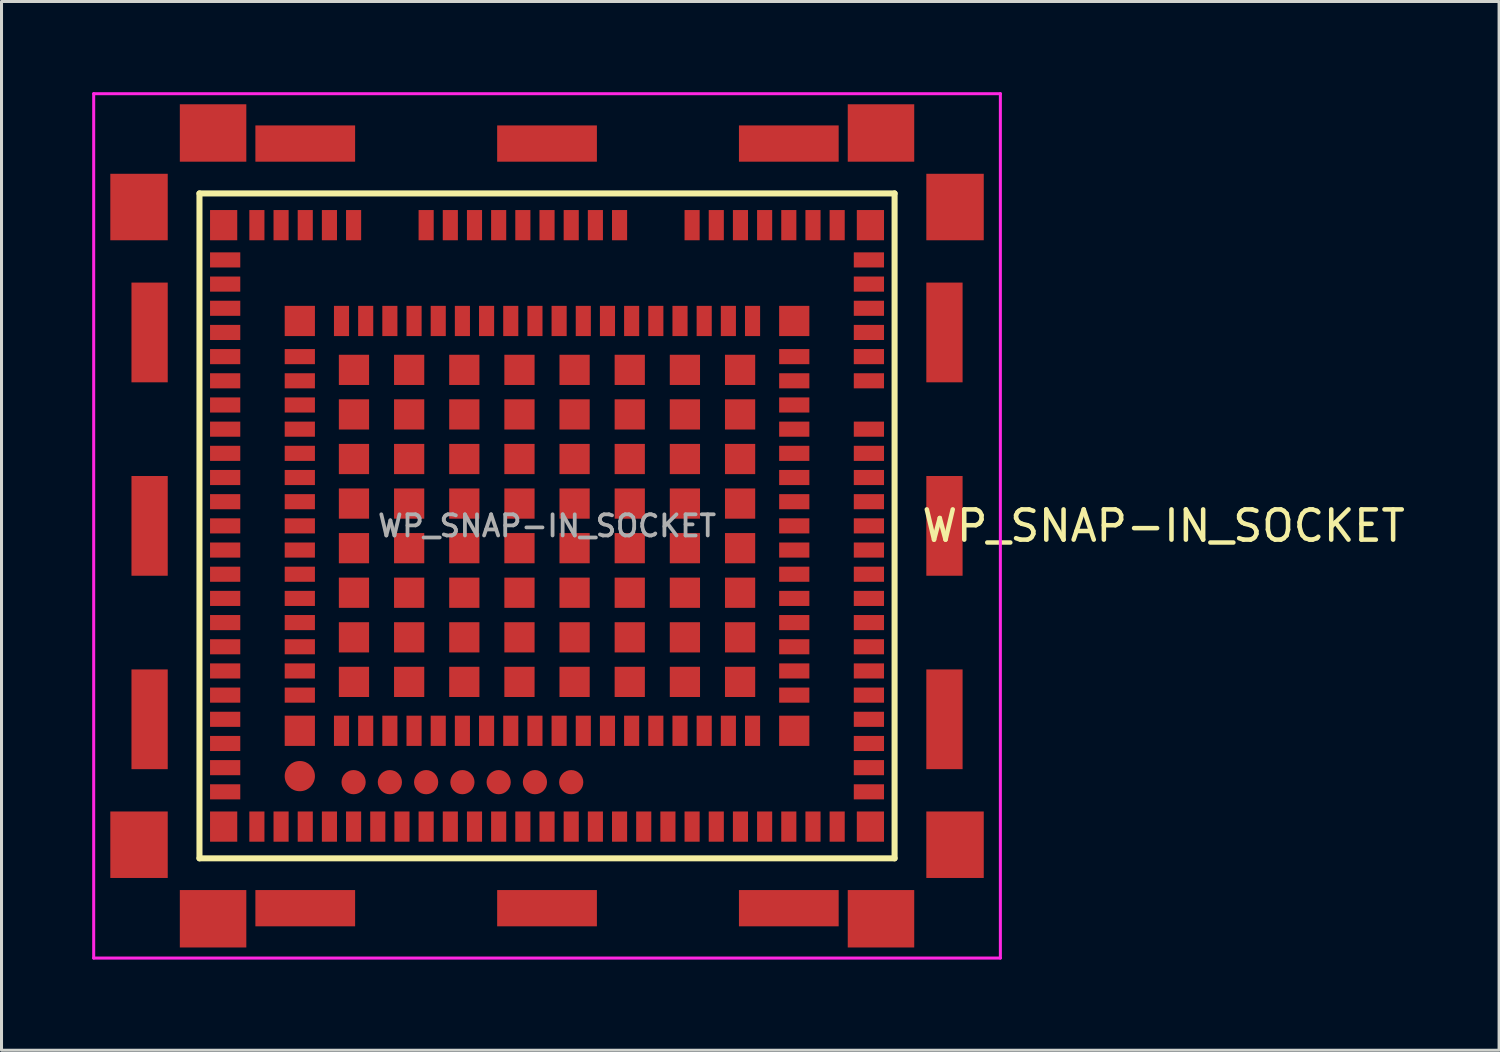
<source format=kicad_pcb>
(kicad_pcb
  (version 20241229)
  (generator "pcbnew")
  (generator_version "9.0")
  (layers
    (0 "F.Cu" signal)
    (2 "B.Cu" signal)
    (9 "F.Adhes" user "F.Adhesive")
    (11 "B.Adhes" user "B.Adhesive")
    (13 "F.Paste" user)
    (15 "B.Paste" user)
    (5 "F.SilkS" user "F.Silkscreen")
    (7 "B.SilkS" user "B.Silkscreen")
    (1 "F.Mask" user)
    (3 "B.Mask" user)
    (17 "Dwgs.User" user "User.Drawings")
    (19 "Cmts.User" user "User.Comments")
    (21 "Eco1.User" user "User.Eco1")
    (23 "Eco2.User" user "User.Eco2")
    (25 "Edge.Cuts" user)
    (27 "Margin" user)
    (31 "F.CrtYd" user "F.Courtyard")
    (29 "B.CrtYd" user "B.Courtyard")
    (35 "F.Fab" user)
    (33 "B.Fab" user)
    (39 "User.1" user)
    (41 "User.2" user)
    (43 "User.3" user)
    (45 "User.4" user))
  (footprint "WP_SNAP-IN_SOCKET"
    (layer "F.Cu")
    (at 15.05 14.35)
    (property "Reference" "WP_SNAP-IN_SOCKET" (at 20.4 0 0) (layer "F.SilkS") (effects (font (size 1 1) (thickness 0.15))))
    (attr through_hole)
    (fp_line (start -11.5 -11) (end -11.5 11) (stroke (width 0.2) (type solid)) (layer "F.SilkS"))
    (fp_line (start -11.5 11) (end 11.5 11) (stroke (width 0.2) (type solid)) (layer "F.SilkS"))
    (fp_line (start 11.5 -11) (end -11.5 -11) (stroke (width 0.2) (type solid)) (layer "F.SilkS"))
    (fp_line (start 11.5 11) (end 11.5 -11) (stroke (width 0.2) (type solid)) (layer "F.SilkS"))
    (fp_line (start -15 -14.3) (end -15 14.3) (stroke (width 0.1) (type solid)) (layer "F.CrtYd"))
    (fp_line (start -15 14.3) (end 15 14.3) (stroke (width 0.1) (type solid)) (layer "F.CrtYd"))
    (fp_line (start 15 -14.3) (end -15 -14.3) (stroke (width 0.1) (type solid)) (layer "F.CrtYd"))
    (fp_line (start 15 14.3) (end 15 -14.3) (stroke (width 0.1) (type solid)) (layer "F.CrtYd"))
    (fp_text user "${REFERENCE}" (at 0 0 0) (layer "F.Fab") (effects (font (size 0.7 0.7) (thickness 0.125))))
    (pad "1" smd circle (at -8.18 8.28) (size 1 1) (layers "F.Cu" "F.Mask" "F.Paste"))
    (pad "1" smd rect (at -6.8 6.78) (size 0.5 1) (layers "F.Cu" "F.Mask" "F.Paste"))
    (pad "2" smd rect (at -6 6.78) (size 0.5 1) (layers "F.Cu" "F.Mask" "F.Paste"))
    (pad "3" smd rect (at -5.2 6.78) (size 0.5 1) (layers "F.Cu" "F.Mask" "F.Paste"))
    (pad "4" smd rect (at -4.4 6.78) (size 0.5 1) (layers "F.Cu" "F.Mask" "F.Paste"))
    (pad "5" smd rect (at -3.6 6.78) (size 0.5 1) (layers "F.Cu" "F.Mask" "F.Paste"))
    (pad "6" smd rect (at -2.8 6.78) (size 0.5 1) (layers "F.Cu" "F.Mask" "F.Paste"))
    (pad "7" smd rect (at -2 6.78) (size 0.5 1) (layers "F.Cu" "F.Mask" "F.Paste"))
    (pad "8" smd rect (at -1.2 6.78) (size 0.5 1) (layers "F.Cu" "F.Mask" "F.Paste"))
    (pad "9" smd rect (at -0.4 6.78) (size 0.5 1) (layers "F.Cu" "F.Mask" "F.Paste"))
    (pad "10" smd rect (at 0.4 6.78) (size 0.5 1) (layers "F.Cu" "F.Mask" "F.Paste"))
    (pad "11" smd rect (at 1.2 6.78) (size 0.5 1) (layers "F.Cu" "F.Mask" "F.Paste"))
    (pad "12" smd rect (at 2 6.78) (size 0.5 1) (layers "F.Cu" "F.Mask" "F.Paste"))
    (pad "13" smd rect (at 2.8 6.78) (size 0.5 1) (layers "F.Cu" "F.Mask" "F.Paste"))
    (pad "14" smd rect (at 3.6 6.78) (size 0.5 1) (layers "F.Cu" "F.Mask" "F.Paste"))
    (pad "15" smd rect (at 4.4 6.78) (size 0.5 1) (layers "F.Cu" "F.Mask" "F.Paste"))
    (pad "16" smd rect (at 5.2 6.78) (size 0.5 1) (layers "F.Cu" "F.Mask" "F.Paste"))
    (pad "17" smd rect (at 6 6.78) (size 0.5 1) (layers "F.Cu" "F.Mask" "F.Paste"))
    (pad "18" smd rect (at 6.8 6.78) (size 0.5 1) (layers "F.Cu" "F.Mask" "F.Paste"))
    (pad "19" smd rect (at 8.18 5.6) (size 1 0.5) (layers "F.Cu" "F.Mask" "F.Paste"))
    (pad "20" smd rect (at 8.18 4.8) (size 1 0.5) (layers "F.Cu" "F.Mask" "F.Paste"))
    (pad "21" smd rect (at 8.18 4) (size 1 0.5) (layers "F.Cu" "F.Mask" "F.Paste"))
    (pad "22" smd rect (at 8.18 3.2) (size 1 0.5) (layers "F.Cu" "F.Mask" "F.Paste"))
    (pad "23" smd rect (at 8.18 2.4) (size 1 0.5) (layers "F.Cu" "F.Mask" "F.Paste"))
    (pad "24" smd rect (at 8.18 1.6) (size 1 0.5) (layers "F.Cu" "F.Mask" "F.Paste"))
    (pad "25" smd rect (at 8.18 0.8) (size 1 0.5) (layers "F.Cu" "F.Mask" "F.Paste"))
    (pad "26" smd rect (at 8.18 0) (size 1 0.5) (layers "F.Cu" "F.Mask" "F.Paste"))
    (pad "27" smd rect (at 8.18 -0.8) (size 1 0.5) (layers "F.Cu" "F.Mask" "F.Paste"))
    (pad "28" smd rect (at 8.18 -1.6) (size 1 0.5) (layers "F.Cu" "F.Mask" "F.Paste"))
    (pad "29" smd rect (at 8.18 -2.4) (size 1 0.5) (layers "F.Cu" "F.Mask" "F.Paste"))
    (pad "30" smd rect (at 8.18 -3.2) (size 1 0.5) (layers "F.Cu" "F.Mask" "F.Paste"))
    (pad "31" smd rect (at 8.18 -4) (size 1 0.5) (layers "F.Cu" "F.Mask" "F.Paste"))
    (pad "32" smd rect (at 8.18 -4.8) (size 1 0.5) (layers "F.Cu" "F.Mask" "F.Paste"))
    (pad "33" smd rect (at 8.18 -5.6) (size 1 0.5) (layers "F.Cu" "F.Mask" "F.Paste"))
    (pad "34" smd rect (at 6.8 -6.78) (size 0.5 1) (layers "F.Cu" "F.Mask" "F.Paste"))
    (pad "35" smd rect (at 6 -6.78) (size 0.5 1) (layers "F.Cu" "F.Mask" "F.Paste"))
    (pad "36" smd rect (at 5.2 -6.78) (size 0.5 1) (layers "F.Cu" "F.Mask" "F.Paste"))
    (pad "37" smd rect (at 4.4 -6.78) (size 0.5 1) (layers "F.Cu" "F.Mask" "F.Paste"))
    (pad "38" smd rect (at 3.6 -6.78) (size 0.5 1) (layers "F.Cu" "F.Mask" "F.Paste"))
    (pad "39" smd rect (at 2.8 -6.78) (size 0.5 1) (layers "F.Cu" "F.Mask" "F.Paste"))
    (pad "40" smd rect (at 2 -6.78) (size 0.5 1) (layers "F.Cu" "F.Mask" "F.Paste"))
    (pad "41" smd rect (at 1.2 -6.78) (size 0.5 1) (layers "F.Cu" "F.Mask" "F.Paste"))
    (pad "42" smd rect (at 0.4 -6.78) (size 0.5 1) (layers "F.Cu" "F.Mask" "F.Paste"))
    (pad "43" smd rect (at -0.4 -6.78) (size 0.5 1) (layers "F.Cu" "F.Mask" "F.Paste"))
    (pad "44" smd rect (at -1.2 -6.78) (size 0.5 1) (layers "F.Cu" "F.Mask" "F.Paste"))
    (pad "45" smd rect (at -2 -6.78) (size 0.5 1) (layers "F.Cu" "F.Mask" "F.Paste"))
    (pad "46" smd rect (at -2.8 -6.78) (size 0.5 1) (layers "F.Cu" "F.Mask" "F.Paste"))
    (pad "47" smd rect (at -3.6 -6.78) (size 0.5 1) (layers "F.Cu" "F.Mask" "F.Paste"))
    (pad "48" smd rect (at -4.4 -6.78) (size 0.5 1) (layers "F.Cu" "F.Mask" "F.Paste"))
    (pad "49" smd rect (at -5.2 -6.78) (size 0.5 1) (layers "F.Cu" "F.Mask" "F.Paste"))
    (pad "50" smd rect (at -6 -6.78) (size 0.5 1) (layers "F.Cu" "F.Mask" "F.Paste"))
    (pad "51" smd rect (at -6.8 -6.78) (size 0.5 1) (layers "F.Cu" "F.Mask" "F.Paste"))
    (pad "52" smd rect (at -8.18 -5.6) (size 1 0.5) (layers "F.Cu" "F.Mask" "F.Paste"))
    (pad "53" smd rect (at -8.18 -4.8) (size 1 0.5) (layers "F.Cu" "F.Mask" "F.Paste"))
    (pad "54" smd rect (at -8.18 -4) (size 1 0.5) (layers "F.Cu" "F.Mask" "F.Paste"))
    (pad "55" smd rect (at -8.18 -3.2) (size 1 0.5) (layers "F.Cu" "F.Mask" "F.Paste"))
    (pad "56" smd rect (at -8.18 -2.4) (size 1 0.5) (layers "F.Cu" "F.Mask" "F.Paste"))
    (pad "57" smd rect (at -8.18 -1.6) (size 1 0.5) (layers "F.Cu" "F.Mask" "F.Paste"))
    (pad "58" smd rect (at -8.18 -0.8) (size 1 0.5) (layers "F.Cu" "F.Mask" "F.Paste"))
    (pad "59" smd rect (at -8.18 0) (size 1 0.5) (layers "F.Cu" "F.Mask" "F.Paste"))
    (pad "60" smd rect (at -8.18 0.8) (size 1 0.5) (layers "F.Cu" "F.Mask" "F.Paste"))
    (pad "61" smd rect (at -8.18 1.6) (size 1 0.5) (layers "F.Cu" "F.Mask" "F.Paste"))
    (pad "62" smd rect (at -8.18 2.4) (size 1 0.5) (layers "F.Cu" "F.Mask" "F.Paste"))
    (pad "63" smd rect (at -8.18 3.2) (size 1 0.5) (layers "F.Cu" "F.Mask" "F.Paste"))
    (pad "64" smd rect (at -8.18 4) (size 1 0.5) (layers "F.Cu" "F.Mask" "F.Paste"))
    (pad "65" smd rect (at -8.18 4.8) (size 1 0.5) (layers "F.Cu" "F.Mask" "F.Paste"))
    (pad "66" smd rect (at -8.18 5.6) (size 1 0.5) (layers "F.Cu" "F.Mask" "F.Paste"))
    (pad "67" smd rect (at -8.18 6.78) (size 1 1) (layers "F.Cu" "F.Mask" "F.Paste"))
    (pad "68" smd rect (at 8.18 6.78) (size 1 1) (layers "F.Cu" "F.Mask" "F.Paste"))
    (pad "69" smd rect (at 8.18 -6.78) (size 1 1) (layers "F.Cu" "F.Mask" "F.Paste"))
    (pad "70" smd rect (at -8.18 -6.78) (size 1 1) (layers "F.Cu" "F.Mask" "F.Paste"))
    (pad "71" smd rect (at -9.6 9.95) (size 0.5 1) (layers "F.Cu" "F.Mask" "F.Paste"))
    (pad "72" smd rect (at -8.8 9.95) (size 0.5 1) (layers "F.Cu" "F.Mask" "F.Paste"))
    (pad "73" smd rect (at -8 9.95) (size 0.5 1) (layers "F.Cu" "F.Mask" "F.Paste"))
    (pad "74" smd rect (at -7.2 9.95) (size 0.5 1) (layers "F.Cu" "F.Mask" "F.Paste"))
    (pad "75" smd rect (at -6.4 9.95) (size 0.5 1) (layers "F.Cu" "F.Mask" "F.Paste"))
    (pad "76" smd rect (at -5.6 9.95) (size 0.5 1) (layers "F.Cu" "F.Mask" "F.Paste"))
    (pad "77" smd rect (at -4.8 9.95) (size 0.5 1) (layers "F.Cu" "F.Mask" "F.Paste"))
    (pad "78" smd rect (at -4 9.95) (size 0.5 1) (layers "F.Cu" "F.Mask" "F.Paste"))
    (pad "79" smd rect (at -3.2 9.95) (size 0.5 1) (layers "F.Cu" "F.Mask" "F.Paste"))
    (pad "80" smd rect (at -2.4 9.95) (size 0.5 1) (layers "F.Cu" "F.Mask" "F.Paste"))
    (pad "81" smd rect (at -1.6 9.95) (size 0.5 1) (layers "F.Cu" "F.Mask" "F.Paste"))
    (pad "82" smd rect (at -0.8 9.95) (size 0.5 1) (layers "F.Cu" "F.Mask" "F.Paste"))
    (pad "83" smd rect (at 0 9.95) (size 0.5 1) (layers "F.Cu" "F.Mask" "F.Paste"))
    (pad "84" smd rect (at 0.8 9.95) (size 0.5 1) (layers "F.Cu" "F.Mask" "F.Paste"))
    (pad "85" smd rect (at 1.6 9.95) (size 0.5 1) (layers "F.Cu" "F.Mask" "F.Paste"))
    (pad "86" smd rect (at 2.4 9.95) (size 0.5 1) (layers "F.Cu" "F.Mask" "F.Paste"))
    (pad "87" smd rect (at 3.2 9.95) (size 0.5 1) (layers "F.Cu" "F.Mask" "F.Paste"))
    (pad "88" smd rect (at 4 9.95) (size 0.5 1) (layers "F.Cu" "F.Mask" "F.Paste"))
    (pad "89" smd rect (at 4.8 9.95) (size 0.5 1) (layers "F.Cu" "F.Mask" "F.Paste"))
    (pad "90" smd rect (at 5.6 9.95) (size 0.5 1) (layers "F.Cu" "F.Mask" "F.Paste"))
    (pad "91" smd rect (at 6.4 9.95) (size 0.5 1) (layers "F.Cu" "F.Mask" "F.Paste"))
    (pad "92" smd rect (at 7.2 9.95) (size 0.5 1) (layers "F.Cu" "F.Mask" "F.Paste"))
    (pad "93" smd rect (at 8 9.95) (size 0.5 1) (layers "F.Cu" "F.Mask" "F.Paste"))
    (pad "94" smd rect (at 8.8 9.95) (size 0.5 1) (layers "F.Cu" "F.Mask" "F.Paste"))
    (pad "95" smd rect (at 9.6 9.95) (size 0.5 1) (layers "F.Cu" "F.Mask" "F.Paste"))
    (pad "96" smd rect (at 10.65 8.8) (size 1 0.5) (layers "F.Cu" "F.Mask" "F.Paste"))
    (pad "97" smd rect (at 10.65 8) (size 1 0.5) (layers "F.Cu" "F.Mask" "F.Paste"))
    (pad "98" smd rect (at 10.65 7.2) (size 1 0.5) (layers "F.Cu" "F.Mask" "F.Paste"))
    (pad "99" smd rect (at 10.65 6.4) (size 1 0.5) (layers "F.Cu" "F.Mask" "F.Paste"))
    (pad "100" smd rect (at 10.65 5.6) (size 1 0.5) (layers "F.Cu" "F.Mask" "F.Paste"))
    (pad "101" smd rect (at 10.65 4.8) (size 1 0.5) (layers "F.Cu" "F.Mask" "F.Paste"))
    (pad "102" smd rect (at 10.65 4) (size 1 0.5) (layers "F.Cu" "F.Mask" "F.Paste"))
    (pad "103" smd rect (at 10.65 3.2) (size 1 0.5) (layers "F.Cu" "F.Mask" "F.Paste"))
    (pad "104" smd rect (at 10.65 2.4) (size 1 0.5) (layers "F.Cu" "F.Mask" "F.Paste"))
    (pad "105" smd rect (at 10.65 1.6) (size 1 0.5) (layers "F.Cu" "F.Mask" "F.Paste"))
    (pad "106" smd rect (at 10.65 0.8) (size 1 0.5) (layers "F.Cu" "F.Mask" "F.Paste"))
    (pad "107" smd rect (at 10.65 0) (size 1 0.5) (layers "F.Cu" "F.Mask" "F.Paste"))
    (pad "108" smd rect (at 10.65 -0.8) (size 1 0.5) (layers "F.Cu" "F.Mask" "F.Paste"))
    (pad "109" smd rect (at 10.65 -1.6) (size 1 0.5) (layers "F.Cu" "F.Mask" "F.Paste"))
    (pad "110" smd rect (at 10.65 -2.4) (size 1 0.5) (layers "F.Cu" "F.Mask" "F.Paste"))
    (pad "111" smd rect (at 10.65 -3.2) (size 1 0.5) (layers "F.Cu" "F.Mask" "F.Paste"))
    (pad "113" smd rect (at 10.65 -4.8) (size 1 0.5) (layers "F.Cu" "F.Mask" "F.Paste"))
    (pad "114" smd rect (at 10.65 -5.6) (size 1 0.5) (layers "F.Cu" "F.Mask" "F.Paste"))
    (pad "115" smd rect (at 10.65 -6.4) (size 1 0.5) (layers "F.Cu" "F.Mask" "F.Paste"))
    (pad "116" smd rect (at 10.65 -7.2) (size 1 0.5) (layers "F.Cu" "F.Mask" "F.Paste"))
    (pad "117" smd rect (at 10.65 -8) (size 1 0.5) (layers "F.Cu" "F.Mask" "F.Paste"))
    (pad "118" smd rect (at 10.65 -8.8) (size 1 0.5) (layers "F.Cu" "F.Mask" "F.Paste"))
    (pad "119" smd rect (at 9.6 -9.95) (size 0.5 1) (layers "F.Cu" "F.Mask" "F.Paste"))
    (pad "120" smd rect (at 8.8 -9.95) (size 0.5 1) (layers "F.Cu" "F.Mask" "F.Paste"))
    (pad "121" smd rect (at 8 -9.95) (size 0.5 1) (layers "F.Cu" "F.Mask" "F.Paste"))
    (pad "122" smd rect (at 7.2 -9.95) (size 0.5 1) (layers "F.Cu" "F.Mask" "F.Paste"))
    (pad "123" smd rect (at 6.4 -9.95) (size 0.5 1) (layers "F.Cu" "F.Mask" "F.Paste"))
    (pad "124" smd rect (at 5.6 -9.95) (size 0.5 1) (layers "F.Cu" "F.Mask" "F.Paste"))
    (pad "125" smd rect (at 4.8 -9.95) (size 0.5 1) (layers "F.Cu" "F.Mask" "F.Paste"))
    (pad "128" smd rect (at 2.4 -9.95) (size 0.5 1) (layers "F.Cu" "F.Mask" "F.Paste"))
    (pad "129" smd rect (at 1.6 -9.95) (size 0.5 1) (layers "F.Cu" "F.Mask" "F.Paste"))
    (pad "130" smd rect (at 0.8 -9.95) (size 0.5 1) (layers "F.Cu" "F.Mask" "F.Paste"))
    (pad "131" smd rect (at 0 -9.95) (size 0.5 1) (layers "F.Cu" "F.Mask" "F.Paste"))
    (pad "132" smd rect (at -0.8 -9.95) (size 0.5 1) (layers "F.Cu" "F.Mask" "F.Paste"))
    (pad "133" smd rect (at -1.6 -9.95) (size 0.5 1) (layers "F.Cu" "F.Mask" "F.Paste"))
    (pad "134" smd rect (at -2.4 -9.95) (size 0.5 1) (layers "F.Cu" "F.Mask" "F.Paste"))
    (pad "135" smd rect (at -3.2 -9.95) (size 0.5 1) (layers "F.Cu" "F.Mask" "F.Paste"))
    (pad "136" smd rect (at -4 -9.95) (size 0.5 1) (layers "F.Cu" "F.Mask" "F.Paste"))
    (pad "139" smd rect (at -6.4 -9.95) (size 0.5 1) (layers "F.Cu" "F.Mask" "F.Paste"))
    (pad "140" smd rect (at -7.2 -9.95) (size 0.5 1) (layers "F.Cu" "F.Mask" "F.Paste"))
    (pad "141" smd rect (at -8 -9.95) (size 0.5 1) (layers "F.Cu" "F.Mask" "F.Paste"))
    (pad "142" smd rect (at -8.8 -9.95) (size 0.5 1) (layers "F.Cu" "F.Mask" "F.Paste"))
    (pad "143" smd rect (at -9.6 -9.95) (size 0.5 1) (layers "F.Cu" "F.Mask" "F.Paste"))
    (pad "144" smd rect (at -10.65 -8.8) (size 1 0.5) (layers "F.Cu" "F.Mask" "F.Paste"))
    (pad "145" smd rect (at -10.65 -8) (size 1 0.5) (layers "F.Cu" "F.Mask" "F.Paste"))
    (pad "146" smd rect (at -10.65 -7.2) (size 1 0.5) (layers "F.Cu" "F.Mask" "F.Paste"))
    (pad "147" smd rect (at -10.65 -6.4) (size 1 0.5) (layers "F.Cu" "F.Mask" "F.Paste"))
    (pad "148" smd rect (at -10.65 -5.6) (size 1 0.5) (layers "F.Cu" "F.Mask" "F.Paste"))
    (pad "149" smd rect (at -10.65 -4.8) (size 1 0.5) (layers "F.Cu" "F.Mask" "F.Paste"))
    (pad "150" smd rect (at -10.65 -4) (size 1 0.5) (layers "F.Cu" "F.Mask" "F.Paste"))
    (pad "151" smd rect (at -10.65 -3.2) (size 1 0.5) (layers "F.Cu" "F.Mask" "F.Paste"))
    (pad "152" smd rect (at -10.65 -2.4) (size 1 0.5) (layers "F.Cu" "F.Mask" "F.Paste"))
    (pad "153" smd rect (at -10.65 -1.6) (size 1 0.5) (layers "F.Cu" "F.Mask" "F.Paste"))
    (pad "154" smd rect (at -10.65 -0.8) (size 1 0.5) (layers "F.Cu" "F.Mask" "F.Paste"))
    (pad "155" smd rect (at -10.65 0) (size 1 0.5) (layers "F.Cu" "F.Mask" "F.Paste"))
    (pad "156" smd rect (at -10.65 0.8) (size 1 0.5) (layers "F.Cu" "F.Mask" "F.Paste"))
    (pad "157" smd rect (at -10.65 1.6) (size 1 0.5) (layers "F.Cu" "F.Mask" "F.Paste"))
    (pad "158" smd rect (at -10.65 2.4) (size 1 0.5) (layers "F.Cu" "F.Mask" "F.Paste"))
    (pad "159" smd rect (at -10.65 3.2) (size 1 0.5) (layers "F.Cu" "F.Mask" "F.Paste"))
    (pad "160" smd rect (at -10.65 4) (size 1 0.5) (layers "F.Cu" "F.Mask" "F.Paste"))
    (pad "161" smd rect (at -10.65 4.8) (size 1 0.5) (layers "F.Cu" "F.Mask" "F.Paste"))
    (pad "162" smd rect (at -10.65 5.6) (size 1 0.5) (layers "F.Cu" "F.Mask" "F.Paste"))
    (pad "163" smd rect (at -10.65 6.4) (size 1 0.5) (layers "F.Cu" "F.Mask" "F.Paste"))
    (pad "164" smd rect (at -10.65 7.2) (size 1 0.5) (layers "F.Cu" "F.Mask" "F.Paste"))
    (pad "165" smd rect (at -10.65 8) (size 1 0.5) (layers "F.Cu" "F.Mask" "F.Paste"))
    (pad "166" smd rect (at -10.65 8.8) (size 1 0.5) (layers "F.Cu" "F.Mask" "F.Paste"))
    (pad "167" smd rect (at -10.7 9.95) (size 0.9 1) (layers "F.Cu" "F.Mask" "F.Paste"))
    (pad "168" smd rect (at 10.7 9.95) (size 0.9 1) (layers "F.Cu" "F.Mask" "F.Paste"))
    (pad "169" smd rect (at 10.7 -9.95) (size 0.9 1) (layers "F.Cu" "F.Mask" "F.Paste"))
    (pad "170" smd rect (at -10.7 -9.95) (size 0.9 1) (layers "F.Cu" "F.Mask" "F.Paste"))
    (pad "171" smd rect (at -6.388 5.162) (size 1 1) (layers "F.Cu" "F.Mask" "F.Paste"))
    (pad "172" smd rect (at -6.388 3.688) (size 1 1) (layers "F.Cu" "F.Mask" "F.Paste"))
    (pad "173" smd rect (at -6.388 2.212) (size 1 1) (layers "F.Cu" "F.Mask" "F.Paste"))
    (pad "174" smd rect (at -6.388 0.738) (size 1 1) (layers "F.Cu" "F.Mask" "F.Paste"))
    (pad "175" smd rect (at -6.388 -0.738) (size 1 1) (layers "F.Cu" "F.Mask" "F.Paste"))
    (pad "176" smd rect (at -6.388 -2.212) (size 1 1) (layers "F.Cu" "F.Mask" "F.Paste"))
    (pad "177" smd rect (at -6.388 -3.688) (size 1 1) (layers "F.Cu" "F.Mask" "F.Paste"))
    (pad "178" smd rect (at -6.388 -5.162) (size 1 1) (layers "F.Cu" "F.Mask" "F.Paste"))
    (pad "179" smd rect (at -4.562 -5.162) (size 1 1) (layers "F.Cu" "F.Mask" "F.Paste"))
    (pad "180" smd rect (at -2.737 -5.162) (size 1 1) (layers "F.Cu" "F.Mask" "F.Paste"))
    (pad "181" smd rect (at -0.912 -5.162) (size 1 1) (layers "F.Cu" "F.Mask" "F.Paste"))
    (pad "182" smd rect (at 0.912 -5.162) (size 1 1) (layers "F.Cu" "F.Mask" "F.Paste"))
    (pad "183" smd rect (at 2.737 -5.162) (size 1 1) (layers "F.Cu" "F.Mask" "F.Paste"))
    (pad "184" smd rect (at 4.562 -5.162) (size 1 1) (layers "F.Cu" "F.Mask" "F.Paste"))
    (pad "185" smd rect (at 6.388 -5.162) (size 1 1) (layers "F.Cu" "F.Mask" "F.Paste"))
    (pad "186" smd rect (at 6.388 -3.688) (size 1 1) (layers "F.Cu" "F.Mask" "F.Paste"))
    (pad "187" smd rect (at 6.388 -2.212) (size 1 1) (layers "F.Cu" "F.Mask" "F.Paste"))
    (pad "188" smd rect (at 6.388 -0.738) (size 1 1) (layers "F.Cu" "F.Mask" "F.Paste"))
    (pad "189" smd rect (at 6.388 0.738) (size 1 1) (layers "F.Cu" "F.Mask" "F.Paste"))
    (pad "190" smd rect (at 6.388 2.212) (size 1 1) (layers "F.Cu" "F.Mask" "F.Paste"))
    (pad "191" smd rect (at 6.388 3.688) (size 1 1) (layers "F.Cu" "F.Mask" "F.Paste"))
    (pad "192" smd rect (at 6.388 5.162) (size 1 1) (layers "F.Cu" "F.Mask" "F.Paste"))
    (pad "193" smd rect (at 4.562 5.162) (size 1 1) (layers "F.Cu" "F.Mask" "F.Paste"))
    (pad "194" smd rect (at 2.737 5.162) (size 1 1) (layers "F.Cu" "F.Mask" "F.Paste"))
    (pad "195" smd rect (at 0.912 5.162) (size 1 1) (layers "F.Cu" "F.Mask" "F.Paste"))
    (pad "196" smd rect (at -0.912 5.162) (size 1 1) (layers "F.Cu" "F.Mask" "F.Paste"))
    (pad "197" smd rect (at -2.737 5.162) (size 1 1) (layers "F.Cu" "F.Mask" "F.Paste"))
    (pad "198" smd rect (at -4.562 5.162) (size 1 1) (layers "F.Cu" "F.Mask" "F.Paste"))
    (pad "199" smd rect (at -4.562 3.688) (size 1 1) (layers "F.Cu" "F.Mask" "F.Paste"))
    (pad "200" smd rect (at -4.562 2.212) (size 1 1) (layers "F.Cu" "F.Mask" "F.Paste"))
    (pad "201" smd rect (at -4.562 0.738) (size 1 1) (layers "F.Cu" "F.Mask" "F.Paste"))
    (pad "202" smd rect (at -4.562 -0.738) (size 1 1) (layers "F.Cu" "F.Mask" "F.Paste"))
    (pad "203" smd rect (at -4.562 -2.212) (size 1 1) (layers "F.Cu" "F.Mask" "F.Paste"))
    (pad "204" smd rect (at -4.562 -3.688) (size 1 1) (layers "F.Cu" "F.Mask" "F.Paste"))
    (pad "205" smd rect (at -2.737 -3.688) (size 1 1) (layers "F.Cu" "F.Mask" "F.Paste"))
    (pad "206" smd rect (at -0.912 -3.688) (size 1 1) (layers "F.Cu" "F.Mask" "F.Paste"))
    (pad "207" smd rect (at 0.912 -3.688) (size 1 1) (layers "F.Cu" "F.Mask" "F.Paste"))
    (pad "208" smd rect (at 2.737 -3.688) (size 1 1) (layers "F.Cu" "F.Mask" "F.Paste"))
    (pad "209" smd rect (at 4.562 -3.688) (size 1 1) (layers "F.Cu" "F.Mask" "F.Paste"))
    (pad "210" smd rect (at 4.562 -2.212) (size 1 1) (layers "F.Cu" "F.Mask" "F.Paste"))
    (pad "211" smd rect (at 4.562 -0.738) (size 1 1) (layers "F.Cu" "F.Mask" "F.Paste"))
    (pad "212" smd rect (at 4.562 0.738) (size 1 1) (layers "F.Cu" "F.Mask" "F.Paste"))
    (pad "213" smd rect (at 4.562 2.212) (size 1 1) (layers "F.Cu" "F.Mask" "F.Paste"))
    (pad "214" smd rect (at 4.562 3.688) (size 1 1) (layers "F.Cu" "F.Mask" "F.Paste"))
    (pad "215" smd rect (at 2.737 3.688) (size 1 1) (layers "F.Cu" "F.Mask" "F.Paste"))
    (pad "216" smd rect (at 0.912 3.688) (size 1 1) (layers "F.Cu" "F.Mask" "F.Paste"))
    (pad "217" smd rect (at -0.912 3.688) (size 1 1) (layers "F.Cu" "F.Mask" "F.Paste"))
    (pad "218" smd rect (at -2.737 3.688) (size 1 1) (layers "F.Cu" "F.Mask" "F.Paste"))
    (pad "219" smd rect (at -2.737 2.212) (size 1 1) (layers "F.Cu" "F.Mask" "F.Paste"))
    (pad "220" smd rect (at -2.737 0.738) (size 1 1) (layers "F.Cu" "F.Mask" "F.Paste"))
    (pad "221" smd rect (at -2.737 -0.738) (size 1 1) (layers "F.Cu" "F.Mask" "F.Paste"))
    (pad "222" smd rect (at -2.737 -2.212) (size 1 1) (layers "F.Cu" "F.Mask" "F.Paste"))
    (pad "223" smd rect (at -0.912 -2.212) (size 1 1) (layers "F.Cu" "F.Mask" "F.Paste"))
    (pad "224" smd rect (at 0.912 -2.212) (size 1 1) (layers "F.Cu" "F.Mask" "F.Paste"))
    (pad "225" smd rect (at 2.737 -2.212) (size 1 1) (layers "F.Cu" "F.Mask" "F.Paste"))
    (pad "226" smd rect (at 2.737 -0.738) (size 1 1) (layers "F.Cu" "F.Mask" "F.Paste"))
    (pad "227" smd rect (at 2.737 0.738) (size 1 1) (layers "F.Cu" "F.Mask" "F.Paste"))
    (pad "228" smd rect (at 2.737 2.212) (size 1 1) (layers "F.Cu" "F.Mask" "F.Paste"))
    (pad "229" smd rect (at 0.912 2.212) (size 1 1) (layers "F.Cu" "F.Mask" "F.Paste"))
    (pad "230" smd rect (at -0.912 2.212) (size 1 1) (layers "F.Cu" "F.Mask" "F.Paste"))
    (pad "231" smd rect (at -0.912 0.738) (size 1 1) (layers "F.Cu" "F.Mask" "F.Paste"))
    (pad "232" smd rect (at -0.912 -0.738) (size 1 1) (layers "F.Cu" "F.Mask" "F.Paste"))
    (pad "233" smd rect (at 0.912 -0.738) (size 1 1) (layers "F.Cu" "F.Mask" "F.Paste"))
    (pad "234" smd rect (at 0.912 0.738) (size 1 1) (layers "F.Cu" "F.Mask" "F.Paste"))
    (pad "236" smd circle (at -6.4 8.48) (size 0.8 0.8) (layers "F.Cu" "F.Mask" "F.Paste"))
    (pad "237" smd circle (at -5.2 8.48) (size 0.8 0.8) (layers "F.Cu" "F.Mask" "F.Paste"))
    (pad "238" smd circle (at -4 8.48) (size 0.8 0.8) (layers "F.Cu" "F.Mask" "F.Paste"))
    (pad "239" smd circle (at -2.8 8.48) (size 0.8 0.8) (layers "F.Cu" "F.Mask" "F.Paste"))
    (pad "240" smd circle (at -1.6 8.48) (size 0.8 0.8) (layers "F.Cu" "F.Mask" "F.Paste"))
    (pad "241" smd circle (at -0.4 8.48) (size 0.8 0.8) (layers "F.Cu" "F.Mask" "F.Paste"))
    (pad "242" smd circle (at 0.8 8.48) (size 0.8 0.8) (layers "F.Cu" "F.Mask" "F.Paste"))
    (pad "~" smd rect (at -13.5 -10.55) (size 1.9 2.2) (layers "F.Cu" "F.Mask" "F.Paste"))
    (pad "~" smd rect (at -13.5 10.55) (size 1.9 2.2) (layers "F.Cu" "F.Mask" "F.Paste"))
    (pad "~" smd rect (at -13.15 -6.4) (size 1.2 3.3) (layers "F.Cu" "F.Mask" "F.Paste"))
    (pad "~" smd rect (at -13.15 0) (size 1.2 3.3) (layers "F.Cu" "F.Mask" "F.Paste"))
    (pad "~" smd rect (at -13.15 6.4) (size 1.2 3.3) (layers "F.Cu" "F.Mask" "F.Paste"))
    (pad "~" smd rect (at -11.05 -13) (size 2.2 1.9) (layers "F.Cu" "F.Mask" "F.Paste"))
    (pad "~" smd rect (at -11.05 13) (size 2.2 1.9) (layers "F.Cu" "F.Mask" "F.Paste"))
    (pad "~" smd rect (at -8 -12.65) (size 3.3 1.2) (layers "F.Cu" "F.Mask" "F.Paste"))
    (pad "~" smd rect (at -8 12.65) (size 3.3 1.2) (layers "F.Cu" "F.Mask" "F.Paste"))
    (pad "~" smd rect (at 0 -12.65) (size 3.3 1.2) (layers "F.Cu" "F.Mask" "F.Paste"))
    (pad "~" smd rect (at 0 12.65) (size 3.3 1.2) (layers "F.Cu" "F.Mask" "F.Paste"))
    (pad "~" smd rect (at 8 -12.65) (size 3.3 1.2) (layers "F.Cu" "F.Mask" "F.Paste"))
    (pad "~" smd rect (at 8 12.65) (size 3.3 1.2) (layers "F.Cu" "F.Mask" "F.Paste"))
    (pad "~" smd rect (at 11.05 -13) (size 2.2 1.9) (layers "F.Cu" "F.Mask" "F.Paste"))
    (pad "~" smd rect (at 11.05 13) (size 2.2 1.9) (layers "F.Cu" "F.Mask" "F.Paste"))
    (pad "~" smd rect (at 13.15 -6.4) (size 1.2 3.3) (layers "F.Cu" "F.Mask" "F.Paste"))
    (pad "~" smd rect (at 13.15 0) (size 1.2 3.3) (layers "F.Cu" "F.Mask" "F.Paste"))
    (pad "~" smd rect (at 13.15 6.4) (size 1.2 3.3) (layers "F.Cu" "F.Mask" "F.Paste"))
    (pad "~" smd rect (at 13.5 -10.55) (size 1.9 2.2) (layers "F.Cu" "F.Mask" "F.Paste"))
    (pad "~" smd rect (at 13.5 10.55) (size 1.9 2.2) (layers "F.Cu" "F.Mask" "F.Paste")))
  (gr_rect
    (start -3 -3)
    (end 46.551 31.7)
    (stroke (width 0.1) (type default))
    (fill no)
    (layer "Edge.Cuts")))
</source>
